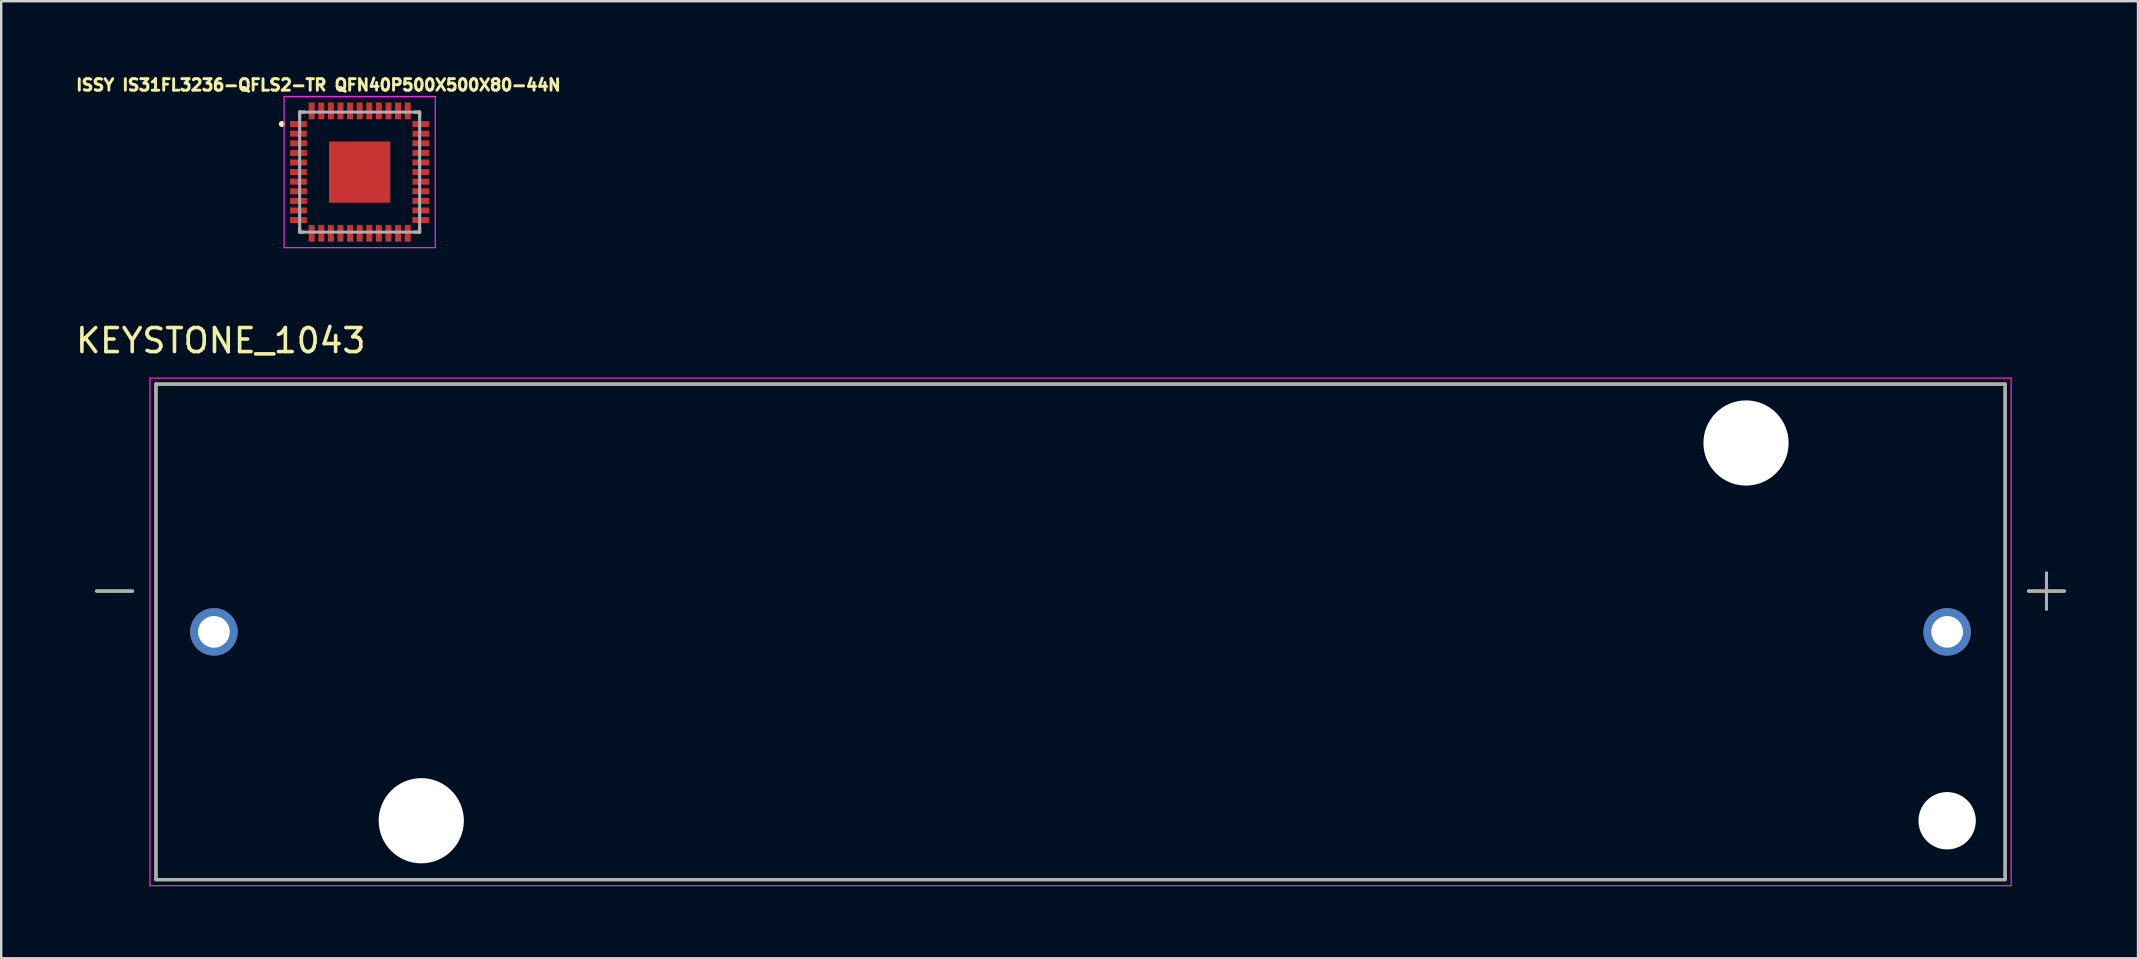
<source format=kicad_pcb>
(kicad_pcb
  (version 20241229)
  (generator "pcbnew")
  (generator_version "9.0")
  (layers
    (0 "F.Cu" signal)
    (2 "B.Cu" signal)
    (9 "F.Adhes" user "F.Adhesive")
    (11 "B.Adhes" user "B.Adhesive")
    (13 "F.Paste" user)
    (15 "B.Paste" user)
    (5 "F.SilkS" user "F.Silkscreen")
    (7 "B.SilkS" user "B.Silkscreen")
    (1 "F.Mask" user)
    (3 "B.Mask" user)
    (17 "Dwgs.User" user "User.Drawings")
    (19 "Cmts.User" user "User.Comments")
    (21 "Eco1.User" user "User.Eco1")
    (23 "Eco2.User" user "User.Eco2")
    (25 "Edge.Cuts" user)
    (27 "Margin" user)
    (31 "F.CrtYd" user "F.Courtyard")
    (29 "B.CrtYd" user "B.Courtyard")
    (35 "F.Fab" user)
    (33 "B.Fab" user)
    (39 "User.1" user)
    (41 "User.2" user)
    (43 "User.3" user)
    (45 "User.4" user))
  (footprint "KEYSTONE_1043"
    (layer "F.Cu")
    (at 41.974 23.279)
    (property "Reference" "KEYSTONE_1043" (at -35.825 -12.135 0) (layer "F.SilkS") (effects (font (size 1 1) (thickness 0.15))))
    (attr through_hole)
    (fp_line (start -39.5 -1.7) (end -41 -1.7) (stroke (width 0.127) (type solid)) (layer "F.SilkS"))
    (fp_line (start -38.525 -10.325) (end -38.525 10.325) (stroke (width 0.127) (type solid)) (layer "F.SilkS"))
    (fp_line (start -38.525 10.325) (end 38.525 10.325) (stroke (width 0.127) (type solid)) (layer "F.SilkS"))
    (fp_line (start 38.525 -10.325) (end -38.525 -10.325) (stroke (width 0.127) (type solid)) (layer "F.SilkS"))
    (fp_line (start 38.525 10.325) (end 38.525 -10.325) (stroke (width 0.127) (type solid)) (layer "F.SilkS"))
    (fp_line (start 39.5 -1.7) (end 41 -1.7) (stroke (width 0.127) (type solid)) (layer "F.SilkS"))
    (fp_line (start 40.25 -0.95) (end 40.25 -2.45) (stroke (width 0.127) (type solid)) (layer "F.SilkS"))
    (fp_line (start -38.775 -10.575) (end -38.775 10.575) (stroke (width 0.05) (type solid)) (layer "F.CrtYd"))
    (fp_line (start -38.775 10.575) (end 38.775 10.575) (stroke (width 0.05) (type solid)) (layer "F.CrtYd"))
    (fp_line (start 38.775 -10.575) (end -38.775 -10.575) (stroke (width 0.05) (type solid)) (layer "F.CrtYd"))
    (fp_line (start 38.775 10.575) (end 38.775 -10.575) (stroke (width 0.05) (type solid)) (layer "F.CrtYd"))
    (fp_line (start -39.5 -1.7) (end -41 -1.7) (stroke (width 0.127) (type solid)) (layer "F.Fab"))
    (fp_line (start -38.525 -10.325) (end -38.525 10.325) (stroke (width 0.127) (type solid)) (layer "F.Fab"))
    (fp_line (start -38.525 10.325) (end 38.525 10.325) (stroke (width 0.127) (type solid)) (layer "F.Fab"))
    (fp_line (start 38.525 -10.325) (end -38.525 -10.325) (stroke (width 0.127) (type solid)) (layer "F.Fab"))
    (fp_line (start 38.525 10.325) (end 38.525 -10.325) (stroke (width 0.127) (type solid)) (layer "F.Fab"))
    (fp_line (start 39.5 -1.7) (end 41 -1.7) (stroke (width 0.127) (type solid)) (layer "F.Fab"))
    (fp_line (start 40.25 -0.95) (end 40.25 -2.45) (stroke (width 0.127) (type solid)) (layer "F.Fab"))
    (pad "" np_thru_hole circle (at -27.47 7.87) (size 3.55 3.55) (drill 3.55) (layers "*.Cu" "*.Mask"))
    (pad "" np_thru_hole circle (at 27.73 -7.87) (size 3.55 3.55) (drill 3.55) (layers "*.Cu" "*.Mask"))
    (pad "" np_thru_hole circle (at 36.11 7.87) (size 2.39 2.39) (drill 2.39) (layers "*.Cu" "*.Mask"))
    (pad "1" thru_hole circle (at 36.11 0) (size 1.98 1.98) (drill 1.32) (layers "*.Cu" "*.Mask"))
    (pad "2" thru_hole circle (at -36.11 0) (size 1.98 1.98) (drill 1.32) (layers "*.Cu" "*.Mask")))
  (footprint "ISSY IS31FL3236-QFLS2-TR QFN40P500X500X80-44N"
    (layer "F.Cu")
    (at 11.936 4.121)
    (property "Reference" "ISSY IS31FL3236-QFLS2-TR QFN40P500X500X80-44N" (at -1.718 -3.629 0) (layer "F.SilkS") (effects (font (size 0.48 0.48) (thickness 0.15))))
    (attr through_hole)
    (fp_line (start -2.5 -2.5) (end -2.3 -2.5) (stroke (width 0.127) (type solid)) (layer "F.SilkS"))
    (fp_line (start -2.5 -2.3) (end -2.5 -2.5) (stroke (width 0.127) (type solid)) (layer "F.SilkS"))
    (fp_line (start -2.5 2.5) (end -2.5 2.35) (stroke (width 0.127) (type solid)) (layer "F.SilkS"))
    (fp_line (start -2.35 2.5) (end -2.5 2.5) (stroke (width 0.127) (type solid)) (layer "F.SilkS"))
    (fp_line (start 2.3 -2.5) (end 2.5 -2.5) (stroke (width 0.127) (type solid)) (layer "F.SilkS"))
    (fp_line (start 2.3 2.5) (end 2.5 2.5) (stroke (width 0.127) (type solid)) (layer "F.SilkS"))
    (fp_line (start 2.5 -2.5) (end 2.5 -2.3) (stroke (width 0.127) (type solid)) (layer "F.SilkS"))
    (fp_line (start 2.5 2.5) (end 2.5 2.3) (stroke (width 0.127) (type solid)) (layer "F.SilkS"))
    (fp_circle (center -3.24 -2.005) (end -3.113 -2.005) (stroke (width 0) (type solid)) (fill yes) (layer "F.SilkS"))
    (fp_poly (pts (xy -0.801 -0.8) (xy 0.8 -0.8) (xy 0.8 0.801) (xy -0.801 0.801)) (stroke (width 0.01) (type solid)) (fill yes) (layer "F.Paste"))
    (fp_line (start -3.15 -3.15) (end 3.15 -3.15) (stroke (width 0.05) (type solid)) (layer "F.CrtYd"))
    (fp_line (start -3.15 3.15) (end -3.15 -3.15) (stroke (width 0.05) (type solid)) (layer "F.CrtYd"))
    (fp_line (start 3.15 -3.15) (end 3.15 3.15) (stroke (width 0.05) (type solid)) (layer "F.CrtYd"))
    (fp_line (start 3.15 3.15) (end -3.15 3.15) (stroke (width 0.05) (type solid)) (layer "F.CrtYd"))
    (fp_line (start -2.5 -2.5) (end 2.5 -2.5) (stroke (width 0.127) (type solid)) (layer "F.Fab"))
    (fp_line (start -2.5 2.5) (end -2.5 -2.5) (stroke (width 0.127) (type solid)) (layer "F.Fab"))
    (fp_line (start 2.5 -2.5) (end 2.5 2.5) (stroke (width 0.127) (type solid)) (layer "F.Fab"))
    (fp_line (start 2.5 2.5) (end -2.5 2.5) (stroke (width 0.127) (type solid)) (layer "F.Fab"))
    (pad "1" smd rect (at -2.55 -2) (size 0.7 0.25) (layers "F.Cu" "F.Mask" "F.Paste"))
    (pad "2" smd rect (at -2.55 -1.6) (size 0.7 0.25) (layers "F.Cu" "F.Mask" "F.Paste"))
    (pad "3" smd rect (at -2.55 -1.2) (size 0.7 0.25) (layers "F.Cu" "F.Mask" "F.Paste"))
    (pad "4" smd rect (at -2.55 -0.8) (size 0.7 0.25) (layers "F.Cu" "F.Mask" "F.Paste"))
    (pad "5" smd rect (at -2.55 -0.4) (size 0.7 0.25) (layers "F.Cu" "F.Mask" "F.Paste"))
    (pad "6" smd rect (at -2.55 0) (size 0.7 0.25) (layers "F.Cu" "F.Mask" "F.Paste"))
    (pad "7" smd rect (at -2.55 0.4) (size 0.7 0.25) (layers "F.Cu" "F.Mask" "F.Paste"))
    (pad "8" smd rect (at -2.55 0.8) (size 0.7 0.25) (layers "F.Cu" "F.Mask" "F.Paste"))
    (pad "9" smd rect (at -2.55 1.2) (size 0.7 0.25) (layers "F.Cu" "F.Mask" "F.Paste"))
    (pad "10" smd rect (at -2.55 1.6) (size 0.7 0.25) (layers "F.Cu" "F.Mask" "F.Paste"))
    (pad "11" smd rect (at -2.55 2) (size 0.7 0.25) (layers "F.Cu" "F.Mask" "F.Paste"))
    (pad "12" smd rect (at -2 2.55 90) (size 0.7 0.25) (layers "F.Cu" "F.Mask" "F.Paste"))
    (pad "13" smd rect (at -1.6 2.55 90) (size 0.7 0.25) (layers "F.Cu" "F.Mask" "F.Paste"))
    (pad "14" smd rect (at -1.2 2.55 90) (size 0.7 0.25) (layers "F.Cu" "F.Mask" "F.Paste"))
    (pad "15" smd rect (at -0.8 2.55 90) (size 0.7 0.25) (layers "F.Cu" "F.Mask" "F.Paste"))
    (pad "16" smd rect (at -0.4 2.55 90) (size 0.7 0.25) (layers "F.Cu" "F.Mask" "F.Paste"))
    (pad "17" smd rect (at 0 2.55 90) (size 0.7 0.25) (layers "F.Cu" "F.Mask" "F.Paste"))
    (pad "18" smd rect (at 0.4 2.55 90) (size 0.7 0.25) (layers "F.Cu" "F.Mask" "F.Paste"))
    (pad "19" smd rect (at 0.8 2.55 90) (size 0.7 0.25) (layers "F.Cu" "F.Mask" "F.Paste"))
    (pad "20" smd rect (at 1.2 2.55 90) (size 0.7 0.25) (layers "F.Cu" "F.Mask" "F.Paste"))
    (pad "21" smd rect (at 1.6 2.55 90) (size 0.7 0.25) (layers "F.Cu" "F.Mask" "F.Paste"))
    (pad "22" smd rect (at 2 2.55 90) (size 0.7 0.25) (layers "F.Cu" "F.Mask" "F.Paste"))
    (pad "23" smd rect (at 2.55 2 180) (size 0.7 0.25) (layers "F.Cu" "F.Mask" "F.Paste"))
    (pad "24" smd rect (at 2.55 1.6 180) (size 0.7 0.25) (layers "F.Cu" "F.Mask" "F.Paste"))
    (pad "25" smd rect (at 2.55 1.2 180) (size 0.7 0.25) (layers "F.Cu" "F.Mask" "F.Paste"))
    (pad "26" smd rect (at 2.55 0.8 180) (size 0.7 0.25) (layers "F.Cu" "F.Mask" "F.Paste"))
    (pad "27" smd rect (at 2.55 0.4 180) (size 0.7 0.25) (layers "F.Cu" "F.Mask" "F.Paste"))
    (pad "28" smd rect (at 2.55 0 180) (size 0.7 0.25) (layers "F.Cu" "F.Mask" "F.Paste"))
    (pad "29" smd rect (at 2.55 -0.4 180) (size 0.7 0.25) (layers "F.Cu" "F.Mask" "F.Paste"))
    (pad "30" smd rect (at 2.55 -0.8 180) (size 0.7 0.25) (layers "F.Cu" "F.Mask" "F.Paste"))
    (pad "31" smd rect (at 2.55 -1.2 180) (size 0.7 0.25) (layers "F.Cu" "F.Mask" "F.Paste"))
    (pad "32" smd rect (at 2.55 -1.6 180) (size 0.7 0.25) (layers "F.Cu" "F.Mask" "F.Paste"))
    (pad "33" smd rect (at 2.55 -2 180) (size 0.7 0.25) (layers "F.Cu" "F.Mask" "F.Paste"))
    (pad "34" smd rect (at 2 -2.55 270) (size 0.7 0.25) (layers "F.Cu" "F.Mask" "F.Paste"))
    (pad "35" smd rect (at 1.6 -2.55 270) (size 0.7 0.25) (layers "F.Cu" "F.Mask" "F.Paste"))
    (pad "36" smd rect (at 1.2 -2.55 270) (size 0.7 0.25) (layers "F.Cu" "F.Mask" "F.Paste"))
    (pad "37" smd rect (at 0.8 -2.55 270) (size 0.7 0.25) (layers "F.Cu" "F.Mask" "F.Paste"))
    (pad "38" smd rect (at 0.4 -2.55 270) (size 0.7 0.25) (layers "F.Cu" "F.Mask" "F.Paste"))
    (pad "39" smd rect (at 0 -2.55 270) (size 0.7 0.25) (layers "F.Cu" "F.Mask" "F.Paste"))
    (pad "40" smd rect (at -0.4 -2.55 270) (size 0.7 0.25) (layers "F.Cu" "F.Mask" "F.Paste"))
    (pad "41" smd rect (at -0.8 -2.55 270) (size 0.7 0.25) (layers "F.Cu" "F.Mask" "F.Paste"))
    (pad "42" smd rect (at -1.2 -2.55 270) (size 0.7 0.25) (layers "F.Cu" "F.Mask" "F.Paste"))
    (pad "43" smd rect (at -1.6 -2.55 270) (size 0.7 0.25) (layers "F.Cu" "F.Mask" "F.Paste"))
    (pad "44" smd rect (at -2 -2.55 270) (size 0.7 0.25) (layers "F.Cu" "F.Mask" "F.Paste"))
    (pad "45" smd rect (at 0 0 270) (size 2.55 2.55) (layers "F.Cu" "F.Mask")))
  (gr_rect
    (start -3 -3)
    (end 86.037 36.879)
    (stroke (width 0.1) (type default))
    (fill no)
    (layer "Edge.Cuts")))
</source>
